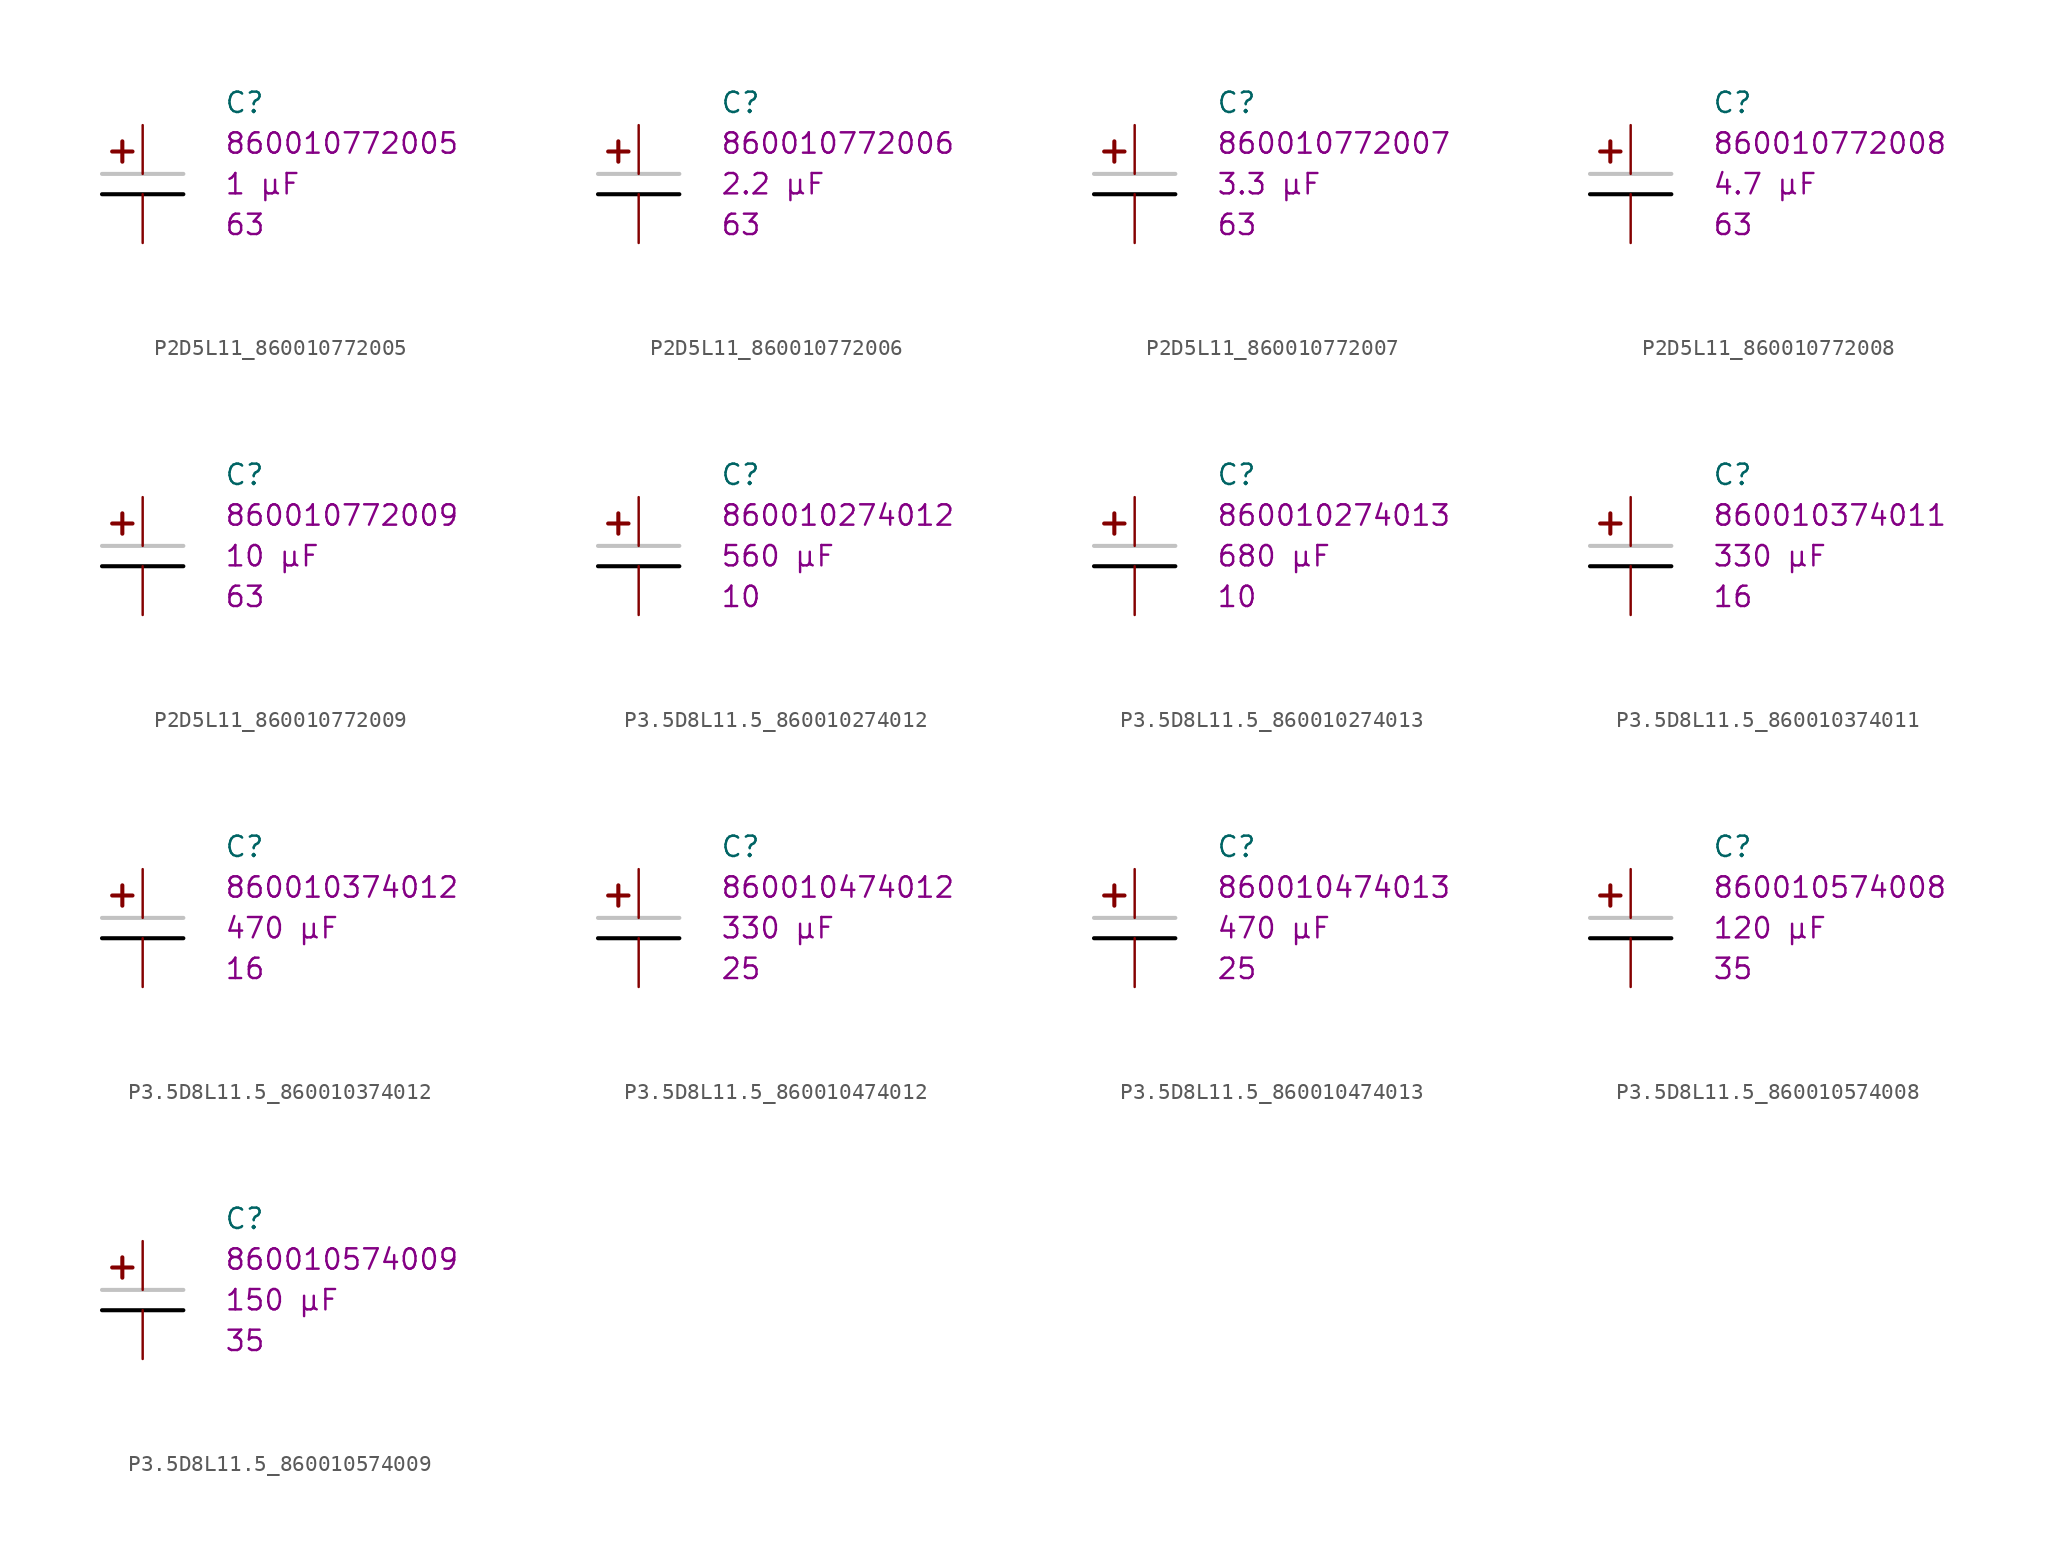
<source format=kicad_sym>
(kicad_symbol_lib
  (version 20220914)
  (generator kicad_symbol_editor)
  (symbol "P2D5L11_860010772005"
    (pin_numbers hide)
    (pin_names hide)
    (property "Reference" "C"
      (at 5.08 5.08 0)
      (effects (font (size 1.27 1.27)) (justify left)))
    (property "Part Number" "860010772005"
      (at 5.08 2.54 0)
      (effects (font (size 1.27 1.27)) (justify left)))
    (property "Capacitance" "1 µF"
      (at 5.08 0 0)
      (effects (font (size 1.27 1.27)) (justify left)))
    (property "Voltage" "63"
      (at 5.08 -2.54 0)
      (effects (font (size 1.27 1.27)) (justify left)))
    (property "Critical Parameter" ""
      (at 0 -7.62 0)
      (effects (font (size 1.27 1.27))))
    (symbol "P2D5L11_860010772005_1_1"
      (polyline (pts (xy -1.27 2.667) (xy -1.27 1.397)) (stroke (width 0.254) (type default)) (fill (type none)))
      (polyline (pts (xy -0.635 2.032) (xy -1.905 2.032)) (stroke (width 0.254) (type default)) (fill (type none)))
      (polyline (pts (xy 2.54 -0.635) (xy -2.54 -0.635)) (stroke (width 0.254) (type default) (color 0 0 0 1)) (fill (type none)))
      (polyline (pts (xy 2.54 0.635) (xy -2.54 0.635)) (stroke (width 0.254) (type default) (color 194 194 194 1)) (fill (type none)))
      (pin passive line (at 0 3.679 270) (length 3.044) (name "1" (effects (font (size 1.27 1.27)))) (number "1" (effects (font (size 1.27 1.27)))))
      (pin passive line (at 0 -3.679 90) (length 3.044) (name "2" (effects (font (size 1.27 1.27)))) (number "2" (effects (font (size 1.27 1.27)))))))
  (symbol "P2D5L11_860010772006"
    (pin_numbers hide)
    (pin_names hide)
    (property "Reference" "C"
      (at 5.08 5.08 0)
      (effects (font (size 1.27 1.27)) (justify left)))
    (property "Part Number" "860010772006"
      (at 5.08 2.54 0)
      (effects (font (size 1.27 1.27)) (justify left)))
    (property "Capacitance" "2.2 µF"
      (at 5.08 0 0)
      (effects (font (size 1.27 1.27)) (justify left)))
    (property "Voltage" "63"
      (at 5.08 -2.54 0)
      (effects (font (size 1.27 1.27)) (justify left)))
    (property "Critical Parameter" ""
      (at 0 -7.62 0)
      (effects (font (size 1.27 1.27))))
    (symbol "P2D5L11_860010772006_1_1"
      (polyline (pts (xy -1.27 2.667) (xy -1.27 1.397)) (stroke (width 0.254) (type default)) (fill (type none)))
      (polyline (pts (xy -0.635 2.032) (xy -1.905 2.032)) (stroke (width 0.254) (type default)) (fill (type none)))
      (polyline (pts (xy 2.54 -0.635) (xy -2.54 -0.635)) (stroke (width 0.254) (type default) (color 0 0 0 1)) (fill (type none)))
      (polyline (pts (xy 2.54 0.635) (xy -2.54 0.635)) (stroke (width 0.254) (type default) (color 194 194 194 1)) (fill (type none)))
      (pin passive line (at 0 3.679 270) (length 3.044) (name "1" (effects (font (size 1.27 1.27)))) (number "1" (effects (font (size 1.27 1.27)))))
      (pin passive line (at 0 -3.679 90) (length 3.044) (name "2" (effects (font (size 1.27 1.27)))) (number "2" (effects (font (size 1.27 1.27)))))))
  (symbol "P2D5L11_860010772007"
    (pin_numbers hide)
    (pin_names hide)
    (property "Reference" "C"
      (at 5.08 5.08 0)
      (effects (font (size 1.27 1.27)) (justify left)))
    (property "Part Number" "860010772007"
      (at 5.08 2.54 0)
      (effects (font (size 1.27 1.27)) (justify left)))
    (property "Capacitance" "3.3 µF"
      (at 5.08 0 0)
      (effects (font (size 1.27 1.27)) (justify left)))
    (property "Voltage" "63"
      (at 5.08 -2.54 0)
      (effects (font (size 1.27 1.27)) (justify left)))
    (property "Critical Parameter" ""
      (at 0 -7.62 0)
      (effects (font (size 1.27 1.27))))
    (symbol "P2D5L11_860010772007_1_1"
      (polyline (pts (xy -1.27 2.667) (xy -1.27 1.397)) (stroke (width 0.254) (type default)) (fill (type none)))
      (polyline (pts (xy -0.635 2.032) (xy -1.905 2.032)) (stroke (width 0.254) (type default)) (fill (type none)))
      (polyline (pts (xy 2.54 -0.635) (xy -2.54 -0.635)) (stroke (width 0.254) (type default) (color 0 0 0 1)) (fill (type none)))
      (polyline (pts (xy 2.54 0.635) (xy -2.54 0.635)) (stroke (width 0.254) (type default) (color 194 194 194 1)) (fill (type none)))
      (pin passive line (at 0 3.679 270) (length 3.044) (name "1" (effects (font (size 1.27 1.27)))) (number "1" (effects (font (size 1.27 1.27)))))
      (pin passive line (at 0 -3.679 90) (length 3.044) (name "2" (effects (font (size 1.27 1.27)))) (number "2" (effects (font (size 1.27 1.27)))))))
  (symbol "P2D5L11_860010772008"
    (pin_numbers hide)
    (pin_names hide)
    (property "Reference" "C"
      (at 5.08 5.08 0)
      (effects (font (size 1.27 1.27)) (justify left)))
    (property "Part Number" "860010772008"
      (at 5.08 2.54 0)
      (effects (font (size 1.27 1.27)) (justify left)))
    (property "Capacitance" "4.7 µF"
      (at 5.08 0 0)
      (effects (font (size 1.27 1.27)) (justify left)))
    (property "Voltage" "63"
      (at 5.08 -2.54 0)
      (effects (font (size 1.27 1.27)) (justify left)))
    (property "Critical Parameter" ""
      (at 0 -7.62 0)
      (effects (font (size 1.27 1.27))))
    (symbol "P2D5L11_860010772008_1_1"
      (polyline (pts (xy -1.27 2.667) (xy -1.27 1.397)) (stroke (width 0.254) (type default)) (fill (type none)))
      (polyline (pts (xy -0.635 2.032) (xy -1.905 2.032)) (stroke (width 0.254) (type default)) (fill (type none)))
      (polyline (pts (xy 2.54 -0.635) (xy -2.54 -0.635)) (stroke (width 0.254) (type default) (color 0 0 0 1)) (fill (type none)))
      (polyline (pts (xy 2.54 0.635) (xy -2.54 0.635)) (stroke (width 0.254) (type default) (color 194 194 194 1)) (fill (type none)))
      (pin passive line (at 0 3.679 270) (length 3.044) (name "1" (effects (font (size 1.27 1.27)))) (number "1" (effects (font (size 1.27 1.27)))))
      (pin passive line (at 0 -3.679 90) (length 3.044) (name "2" (effects (font (size 1.27 1.27)))) (number "2" (effects (font (size 1.27 1.27)))))))
  (symbol "P2D5L11_860010772009"
    (pin_numbers hide)
    (pin_names hide)
    (property "Reference" "C"
      (at 5.08 5.08 0)
      (effects (font (size 1.27 1.27)) (justify left)))
    (property "Part Number" "860010772009"
      (at 5.08 2.54 0)
      (effects (font (size 1.27 1.27)) (justify left)))
    (property "Capacitance" "10 µF"
      (at 5.08 0 0)
      (effects (font (size 1.27 1.27)) (justify left)))
    (property "Voltage" "63"
      (at 5.08 -2.54 0)
      (effects (font (size 1.27 1.27)) (justify left)))
    (property "Critical Parameter" ""
      (at 0 -7.62 0)
      (effects (font (size 1.27 1.27))))
    (symbol "P2D5L11_860010772009_1_1"
      (polyline (pts (xy -1.27 2.667) (xy -1.27 1.397)) (stroke (width 0.254) (type default)) (fill (type none)))
      (polyline (pts (xy -0.635 2.032) (xy -1.905 2.032)) (stroke (width 0.254) (type default)) (fill (type none)))
      (polyline (pts (xy 2.54 -0.635) (xy -2.54 -0.635)) (stroke (width 0.254) (type default) (color 0 0 0 1)) (fill (type none)))
      (polyline (pts (xy 2.54 0.635) (xy -2.54 0.635)) (stroke (width 0.254) (type default) (color 194 194 194 1)) (fill (type none)))
      (pin passive line (at 0 3.679 270) (length 3.044) (name "1" (effects (font (size 1.27 1.27)))) (number "1" (effects (font (size 1.27 1.27)))))
      (pin passive line (at 0 -3.679 90) (length 3.044) (name "2" (effects (font (size 1.27 1.27)))) (number "2" (effects (font (size 1.27 1.27)))))))
  (symbol "P3.5D8L11.5_860010274012"
    (pin_numbers hide)
    (pin_names hide)
    (property "Reference" "C"
      (at 5.08 5.08 0)
      (effects (font (size 1.27 1.27)) (justify left)))
    (property "Part Number" "860010274012"
      (at 5.08 2.54 0)
      (effects (font (size 1.27 1.27)) (justify left)))
    (property "Capacitance" "560 µF"
      (at 5.08 0 0)
      (effects (font (size 1.27 1.27)) (justify left)))
    (property "Voltage" "10"
      (at 5.08 -2.54 0)
      (effects (font (size 1.27 1.27)) (justify left)))
    (property "Critical Parameter" ""
      (at 0 -7.62 0)
      (effects (font (size 1.27 1.27))))
    (symbol "P3.5D8L11.5_860010274012_1_1"
      (polyline (pts (xy -1.27 2.667) (xy -1.27 1.397)) (stroke (width 0.254) (type default)) (fill (type none)))
      (polyline (pts (xy -0.635 2.032) (xy -1.905 2.032)) (stroke (width 0.254) (type default)) (fill (type none)))
      (polyline (pts (xy 2.54 -0.635) (xy -2.54 -0.635)) (stroke (width 0.254) (type default) (color 0 0 0 1)) (fill (type none)))
      (polyline (pts (xy 2.54 0.635) (xy -2.54 0.635)) (stroke (width 0.254) (type default) (color 194 194 194 1)) (fill (type none)))
      (pin passive line (at 0 3.679 270) (length 3.044) (name "1" (effects (font (size 1.27 1.27)))) (number "1" (effects (font (size 1.27 1.27)))))
      (pin passive line (at 0 -3.679 90) (length 3.044) (name "2" (effects (font (size 1.27 1.27)))) (number "2" (effects (font (size 1.27 1.27)))))))
  (symbol "P3.5D8L11.5_860010274013"
    (pin_numbers hide)
    (pin_names hide)
    (property "Reference" "C"
      (at 5.08 5.08 0)
      (effects (font (size 1.27 1.27)) (justify left)))
    (property "Part Number" "860010274013"
      (at 5.08 2.54 0)
      (effects (font (size 1.27 1.27)) (justify left)))
    (property "Capacitance" "680 µF"
      (at 5.08 0 0)
      (effects (font (size 1.27 1.27)) (justify left)))
    (property "Voltage" "10"
      (at 5.08 -2.54 0)
      (effects (font (size 1.27 1.27)) (justify left)))
    (property "Critical Parameter" ""
      (at 0 -7.62 0)
      (effects (font (size 1.27 1.27))))
    (symbol "P3.5D8L11.5_860010274013_1_1"
      (polyline (pts (xy -1.27 2.667) (xy -1.27 1.397)) (stroke (width 0.254) (type default)) (fill (type none)))
      (polyline (pts (xy -0.635 2.032) (xy -1.905 2.032)) (stroke (width 0.254) (type default)) (fill (type none)))
      (polyline (pts (xy 2.54 -0.635) (xy -2.54 -0.635)) (stroke (width 0.254) (type default) (color 0 0 0 1)) (fill (type none)))
      (polyline (pts (xy 2.54 0.635) (xy -2.54 0.635)) (stroke (width 0.254) (type default) (color 194 194 194 1)) (fill (type none)))
      (pin passive line (at 0 3.679 270) (length 3.044) (name "1" (effects (font (size 1.27 1.27)))) (number "1" (effects (font (size 1.27 1.27)))))
      (pin passive line (at 0 -3.679 90) (length 3.044) (name "2" (effects (font (size 1.27 1.27)))) (number "2" (effects (font (size 1.27 1.27)))))))
  (symbol "P3.5D8L11.5_860010374011"
    (pin_numbers hide)
    (pin_names hide)
    (property "Reference" "C"
      (at 5.08 5.08 0)
      (effects (font (size 1.27 1.27)) (justify left)))
    (property "Part Number" "860010374011"
      (at 5.08 2.54 0)
      (effects (font (size 1.27 1.27)) (justify left)))
    (property "Capacitance" "330 µF"
      (at 5.08 0 0)
      (effects (font (size 1.27 1.27)) (justify left)))
    (property "Voltage" "16"
      (at 5.08 -2.54 0)
      (effects (font (size 1.27 1.27)) (justify left)))
    (property "Critical Parameter" ""
      (at 0 -7.62 0)
      (effects (font (size 1.27 1.27))))
    (symbol "P3.5D8L11.5_860010374011_1_1"
      (polyline (pts (xy -1.27 2.667) (xy -1.27 1.397)) (stroke (width 0.254) (type default)) (fill (type none)))
      (polyline (pts (xy -0.635 2.032) (xy -1.905 2.032)) (stroke (width 0.254) (type default)) (fill (type none)))
      (polyline (pts (xy 2.54 -0.635) (xy -2.54 -0.635)) (stroke (width 0.254) (type default) (color 0 0 0 1)) (fill (type none)))
      (polyline (pts (xy 2.54 0.635) (xy -2.54 0.635)) (stroke (width 0.254) (type default) (color 194 194 194 1)) (fill (type none)))
      (pin passive line (at 0 3.679 270) (length 3.044) (name "1" (effects (font (size 1.27 1.27)))) (number "1" (effects (font (size 1.27 1.27)))))
      (pin passive line (at 0 -3.679 90) (length 3.044) (name "2" (effects (font (size 1.27 1.27)))) (number "2" (effects (font (size 1.27 1.27)))))))
  (symbol "P3.5D8L11.5_860010374012"
    (pin_numbers hide)
    (pin_names hide)
    (property "Reference" "C"
      (at 5.08 5.08 0)
      (effects (font (size 1.27 1.27)) (justify left)))
    (property "Part Number" "860010374012"
      (at 5.08 2.54 0)
      (effects (font (size 1.27 1.27)) (justify left)))
    (property "Capacitance" "470 µF"
      (at 5.08 0 0)
      (effects (font (size 1.27 1.27)) (justify left)))
    (property "Voltage" "16"
      (at 5.08 -2.54 0)
      (effects (font (size 1.27 1.27)) (justify left)))
    (property "Critical Parameter" ""
      (at 0 -7.62 0)
      (effects (font (size 1.27 1.27))))
    (symbol "P3.5D8L11.5_860010374012_1_1"
      (polyline (pts (xy -1.27 2.667) (xy -1.27 1.397)) (stroke (width 0.254) (type default)) (fill (type none)))
      (polyline (pts (xy -0.635 2.032) (xy -1.905 2.032)) (stroke (width 0.254) (type default)) (fill (type none)))
      (polyline (pts (xy 2.54 -0.635) (xy -2.54 -0.635)) (stroke (width 0.254) (type default) (color 0 0 0 1)) (fill (type none)))
      (polyline (pts (xy 2.54 0.635) (xy -2.54 0.635)) (stroke (width 0.254) (type default) (color 194 194 194 1)) (fill (type none)))
      (pin passive line (at 0 3.679 270) (length 3.044) (name "1" (effects (font (size 1.27 1.27)))) (number "1" (effects (font (size 1.27 1.27)))))
      (pin passive line (at 0 -3.679 90) (length 3.044) (name "2" (effects (font (size 1.27 1.27)))) (number "2" (effects (font (size 1.27 1.27)))))))
  (symbol "P3.5D8L11.5_860010474012"
    (pin_numbers hide)
    (pin_names hide)
    (property "Reference" "C"
      (at 5.08 5.08 0)
      (effects (font (size 1.27 1.27)) (justify left)))
    (property "Part Number" "860010474012"
      (at 5.08 2.54 0)
      (effects (font (size 1.27 1.27)) (justify left)))
    (property "Capacitance" "330 µF"
      (at 5.08 0 0)
      (effects (font (size 1.27 1.27)) (justify left)))
    (property "Voltage" "25"
      (at 5.08 -2.54 0)
      (effects (font (size 1.27 1.27)) (justify left)))
    (property "Critical Parameter" ""
      (at 0 -7.62 0)
      (effects (font (size 1.27 1.27))))
    (symbol "P3.5D8L11.5_860010474012_1_1"
      (polyline (pts (xy -1.27 2.667) (xy -1.27 1.397)) (stroke (width 0.254) (type default)) (fill (type none)))
      (polyline (pts (xy -0.635 2.032) (xy -1.905 2.032)) (stroke (width 0.254) (type default)) (fill (type none)))
      (polyline (pts (xy 2.54 -0.635) (xy -2.54 -0.635)) (stroke (width 0.254) (type default) (color 0 0 0 1)) (fill (type none)))
      (polyline (pts (xy 2.54 0.635) (xy -2.54 0.635)) (stroke (width 0.254) (type default) (color 194 194 194 1)) (fill (type none)))
      (pin passive line (at 0 3.679 270) (length 3.044) (name "1" (effects (font (size 1.27 1.27)))) (number "1" (effects (font (size 1.27 1.27)))))
      (pin passive line (at 0 -3.679 90) (length 3.044) (name "2" (effects (font (size 1.27 1.27)))) (number "2" (effects (font (size 1.27 1.27)))))))
  (symbol "P3.5D8L11.5_860010474013"
    (pin_numbers hide)
    (pin_names hide)
    (property "Reference" "C"
      (at 5.08 5.08 0)
      (effects (font (size 1.27 1.27)) (justify left)))
    (property "Part Number" "860010474013"
      (at 5.08 2.54 0)
      (effects (font (size 1.27 1.27)) (justify left)))
    (property "Capacitance" "470 µF"
      (at 5.08 0 0)
      (effects (font (size 1.27 1.27)) (justify left)))
    (property "Voltage" "25"
      (at 5.08 -2.54 0)
      (effects (font (size 1.27 1.27)) (justify left)))
    (property "Critical Parameter" ""
      (at 0 -7.62 0)
      (effects (font (size 1.27 1.27))))
    (symbol "P3.5D8L11.5_860010474013_1_1"
      (polyline (pts (xy -1.27 2.667) (xy -1.27 1.397)) (stroke (width 0.254) (type default)) (fill (type none)))
      (polyline (pts (xy -0.635 2.032) (xy -1.905 2.032)) (stroke (width 0.254) (type default)) (fill (type none)))
      (polyline (pts (xy 2.54 -0.635) (xy -2.54 -0.635)) (stroke (width 0.254) (type default) (color 0 0 0 1)) (fill (type none)))
      (polyline (pts (xy 2.54 0.635) (xy -2.54 0.635)) (stroke (width 0.254) (type default) (color 194 194 194 1)) (fill (type none)))
      (pin passive line (at 0 3.679 270) (length 3.044) (name "1" (effects (font (size 1.27 1.27)))) (number "1" (effects (font (size 1.27 1.27)))))
      (pin passive line (at 0 -3.679 90) (length 3.044) (name "2" (effects (font (size 1.27 1.27)))) (number "2" (effects (font (size 1.27 1.27)))))))
  (symbol "P3.5D8L11.5_860010574008"
    (pin_numbers hide)
    (pin_names hide)
    (property "Reference" "C"
      (at 5.08 5.08 0)
      (effects (font (size 1.27 1.27)) (justify left)))
    (property "Part Number" "860010574008"
      (at 5.08 2.54 0)
      (effects (font (size 1.27 1.27)) (justify left)))
    (property "Capacitance" "120 µF"
      (at 5.08 0 0)
      (effects (font (size 1.27 1.27)) (justify left)))
    (property "Voltage" "35"
      (at 5.08 -2.54 0)
      (effects (font (size 1.27 1.27)) (justify left)))
    (property "Critical Parameter" ""
      (at 0 -7.62 0)
      (effects (font (size 1.27 1.27))))
    (symbol "P3.5D8L11.5_860010574008_1_1"
      (polyline (pts (xy -1.27 2.667) (xy -1.27 1.397)) (stroke (width 0.254) (type default)) (fill (type none)))
      (polyline (pts (xy -0.635 2.032) (xy -1.905 2.032)) (stroke (width 0.254) (type default)) (fill (type none)))
      (polyline (pts (xy 2.54 -0.635) (xy -2.54 -0.635)) (stroke (width 0.254) (type default) (color 0 0 0 1)) (fill (type none)))
      (polyline (pts (xy 2.54 0.635) (xy -2.54 0.635)) (stroke (width 0.254) (type default) (color 194 194 194 1)) (fill (type none)))
      (pin passive line (at 0 3.679 270) (length 3.044) (name "1" (effects (font (size 1.27 1.27)))) (number "1" (effects (font (size 1.27 1.27)))))
      (pin passive line (at 0 -3.679 90) (length 3.044) (name "2" (effects (font (size 1.27 1.27)))) (number "2" (effects (font (size 1.27 1.27)))))))
  (symbol "P3.5D8L11.5_860010574009"
    (pin_numbers hide)
    (pin_names hide)
    (property "Reference" "C"
      (at 5.08 5.08 0)
      (effects (font (size 1.27 1.27)) (justify left)))
    (property "Part Number" "860010574009"
      (at 5.08 2.54 0)
      (effects (font (size 1.27 1.27)) (justify left)))
    (property "Capacitance" "150 µF"
      (at 5.08 0 0)
      (effects (font (size 1.27 1.27)) (justify left)))
    (property "Voltage" "35"
      (at 5.08 -2.54 0)
      (effects (font (size 1.27 1.27)) (justify left)))
    (property "Critical Parameter" ""
      (at 0 -7.62 0)
      (effects (font (size 1.27 1.27))))
    (symbol "P3.5D8L11.5_860010574009_1_1"
      (polyline (pts (xy -1.27 2.667) (xy -1.27 1.397)) (stroke (width 0.254) (type default)) (fill (type none)))
      (polyline (pts (xy -0.635 2.032) (xy -1.905 2.032)) (stroke (width 0.254) (type default)) (fill (type none)))
      (polyline (pts (xy 2.54 -0.635) (xy -2.54 -0.635)) (stroke (width 0.254) (type default) (color 0 0 0 1)) (fill (type none)))
      (polyline (pts (xy 2.54 0.635) (xy -2.54 0.635)) (stroke (width 0.254) (type default) (color 194 194 194 1)) (fill (type none)))
      (pin passive line (at 0 3.679 270) (length 3.044) (name "1" (effects (font (size 1.27 1.27)))) (number "1" (effects (font (size 1.27 1.27)))))
      (pin passive line (at 0 -3.679 90) (length 3.044) (name "2" (effects (font (size 1.27 1.27)))) (number "2" (effects (font (size 1.27 1.27))))))))
</source>
